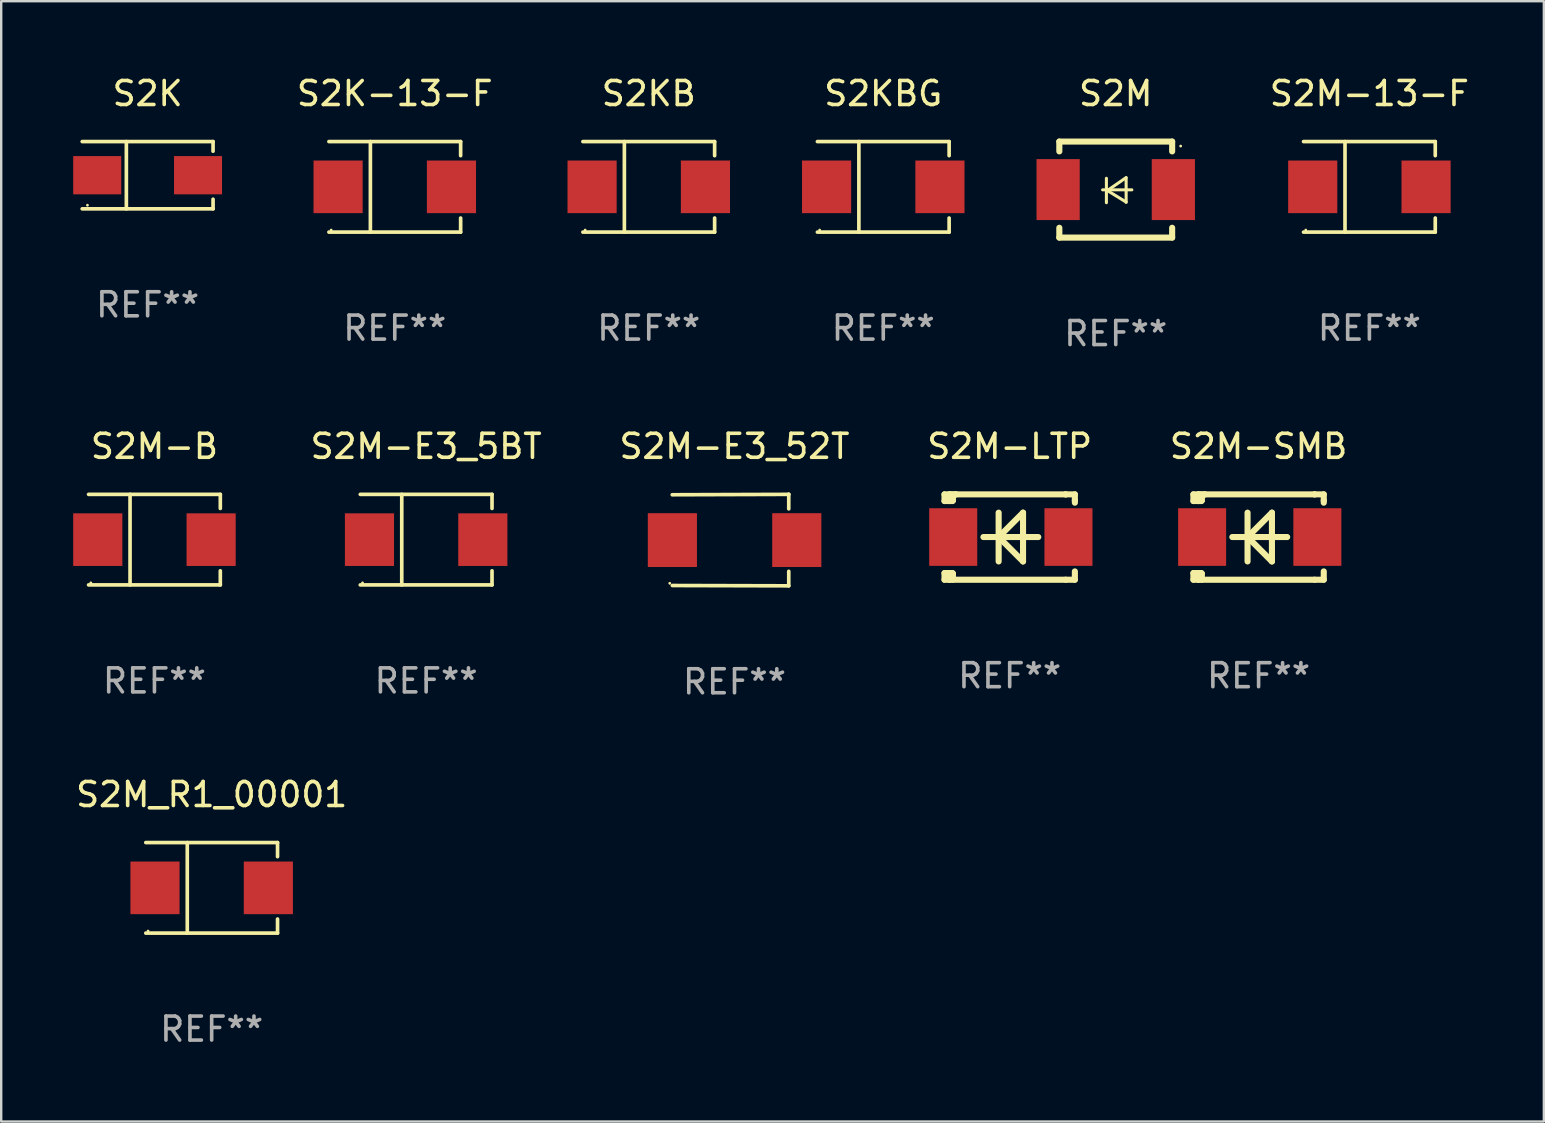
<source format=kicad_pcb>
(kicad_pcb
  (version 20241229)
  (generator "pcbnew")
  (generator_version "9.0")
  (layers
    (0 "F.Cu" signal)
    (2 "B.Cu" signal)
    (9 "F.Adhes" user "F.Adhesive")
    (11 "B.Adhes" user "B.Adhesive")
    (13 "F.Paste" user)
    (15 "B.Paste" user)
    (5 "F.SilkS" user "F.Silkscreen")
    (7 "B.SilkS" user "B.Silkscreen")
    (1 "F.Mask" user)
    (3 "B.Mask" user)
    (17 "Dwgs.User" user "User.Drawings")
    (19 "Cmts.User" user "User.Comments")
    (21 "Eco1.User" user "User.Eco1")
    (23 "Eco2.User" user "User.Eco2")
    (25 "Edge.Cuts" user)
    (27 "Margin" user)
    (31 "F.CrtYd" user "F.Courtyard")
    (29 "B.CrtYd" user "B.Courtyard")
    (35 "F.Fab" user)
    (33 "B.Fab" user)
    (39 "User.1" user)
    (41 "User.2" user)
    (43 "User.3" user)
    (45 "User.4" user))
  (footprint "S2KBG"
    (layer "F.Cu")
    (at 33.746 4.734)
    (property "Reference" "S2KBG" (at 0 -3.886 0) (layer "F.SilkS") (effects (font (size 1 1) (thickness 0.15))))
    (attr through_hole)
    (fp_line (start -2.744 -1.886) (end 2.744 -1.886) (stroke (width 0.152) (type solid)) (layer "F.SilkS"))
    (fp_line (start -2.744 1.886) (end 2.744 1.886) (stroke (width 0.152) (type solid)) (layer "F.SilkS"))
    (fp_line (start -1.016 -1.886) (end -1.016 1.886) (stroke (width 0.152) (type solid)) (layer "F.SilkS"))
    (fp_line (start 2.744 -1.886) (end 2.744 -1.299) (stroke (width 0.152) (type solid)) (layer "F.SilkS"))
    (fp_line (start 2.744 1.886) (end 2.744 1.299) (stroke (width 0.152) (type solid)) (layer "F.SilkS"))
    (fp_circle (center -2.65 1.8) (end -2.62 1.8) (stroke (width 0.06) (type solid)) (fill no) (layer "F.SilkS"))
    (fp_text user "REF**" (at 0 5.886 0) (layer "F.Fab") (effects (font (size 1 1) (thickness 0.15))))
    (pad "1" smd rect (at -2.361 0) (size 2.047 2.192) (layers "F.Cu" "F.Mask" "F.Paste"))
    (pad "2" smd rect (at 2.361 0) (size 2.047 2.192) (layers "F.Cu" "F.Mask" "F.Paste")))
  (footprint "S2K-13-F"
    (layer "F.Cu")
    (at 13.396 4.734)
    (property "Reference" "S2K-13-F" (at 0 -3.886 0) (layer "F.SilkS") (effects (font (size 1 1) (thickness 0.15))))
    (attr through_hole)
    (fp_line (start -2.744 -1.886) (end 2.744 -1.886) (stroke (width 0.152) (type solid)) (layer "F.SilkS"))
    (fp_line (start -2.744 1.886) (end 2.744 1.886) (stroke (width 0.152) (type solid)) (layer "F.SilkS"))
    (fp_line (start -1.016 -1.886) (end -1.016 1.886) (stroke (width 0.152) (type solid)) (layer "F.SilkS"))
    (fp_line (start 2.744 -1.886) (end 2.744 -1.299) (stroke (width 0.152) (type solid)) (layer "F.SilkS"))
    (fp_line (start 2.744 1.886) (end 2.744 1.299) (stroke (width 0.152) (type solid)) (layer "F.SilkS"))
    (fp_circle (center -2.65 1.8) (end -2.62 1.8) (stroke (width 0.06) (type solid)) (fill no) (layer "F.SilkS"))
    (fp_text user "REF**" (at 0 5.886 0) (layer "F.Fab") (effects (font (size 1 1) (thickness 0.15))))
    (pad "1" smd rect (at -2.361 0) (size 2.047 2.192) (layers "F.Cu" "F.Mask" "F.Paste"))
    (pad "2" smd rect (at 2.361 0) (size 2.047 2.192) (layers "F.Cu" "F.Mask" "F.Paste")))
  (footprint "S2M-E3_52T"
    (layer "F.Cu")
    (at 27.549 19.45)
    (property "Reference" "S2M-E3_52T" (at 0 -3.905 0) (layer "F.SilkS") (effects (font (size 1 1) (thickness 0.15))))
    (attr through_hole)
    (fp_line (start 2.256 -1.905) (end -2.594 -1.889) (stroke (width 0.152) (type solid)) (layer "F.SilkS"))
    (fp_line (start 2.256 -1.905) (end 2.26 -1.905) (stroke (width 0.152) (type solid)) (layer "F.SilkS"))
    (fp_line (start 2.26 -1.905) (end 2.26 -1.301) (stroke (width 0.152) (type solid)) (layer "F.SilkS"))
    (fp_line (start 2.26 1.301) (end 2.26 1.905) (stroke (width 0.152) (type solid)) (layer "F.SilkS"))
    (fp_line (start 2.26 1.905) (end -2.59 1.892) (stroke (width 0.152) (type solid)) (layer "F.SilkS"))
    (fp_circle (center -2.697 1.8) (end -2.667 1.8) (stroke (width 0.06) (type solid)) (fill no) (layer "F.SilkS"))
    (fp_text user "REF**" (at 0 5.905 0) (layer "F.Fab") (effects (font (size 1 1) (thickness 0.15))))
    (pad "1" smd rect (at -2.588 0) (size 2.047 2.241) (layers "F.Cu" "F.Mask" "F.Paste"))
    (pad "2" smd rect (at 2.594 0) (size 2.047 2.241) (layers "F.Cu" "F.Mask" "F.Paste")))
  (footprint "S2KB"
    (layer "F.Cu")
    (at 23.977 4.734)
    (property "Reference" "S2KB" (at 0 -3.886 0) (layer "F.SilkS") (effects (font (size 1 1) (thickness 0.15))))
    (attr through_hole)
    (fp_line (start -2.744 -1.886) (end 2.744 -1.886) (stroke (width 0.152) (type solid)) (layer "F.SilkS"))
    (fp_line (start -2.744 1.886) (end 2.744 1.886) (stroke (width 0.152) (type solid)) (layer "F.SilkS"))
    (fp_line (start -1.016 -1.886) (end -1.016 1.886) (stroke (width 0.152) (type solid)) (layer "F.SilkS"))
    (fp_line (start 2.744 -1.886) (end 2.744 -1.299) (stroke (width 0.152) (type solid)) (layer "F.SilkS"))
    (fp_line (start 2.744 1.886) (end 2.744 1.299) (stroke (width 0.152) (type solid)) (layer "F.SilkS"))
    (fp_circle (center -2.65 1.8) (end -2.62 1.8) (stroke (width 0.06) (type solid)) (fill no) (layer "F.SilkS"))
    (fp_text user "REF**" (at 0 5.886 0) (layer "F.Fab") (effects (font (size 1 1) (thickness 0.15))))
    (pad "1" smd rect (at -2.361 0) (size 2.047 2.192) (layers "F.Cu" "F.Mask" "F.Paste"))
    (pad "2" smd rect (at 2.361 0) (size 2.047 2.192) (layers "F.Cu" "F.Mask" "F.Paste")))
  (footprint "S2M-SMB"
    (layer "F.Cu")
    (at 49.382 19.323)
    (property "Reference" "S2M-SMB" (at 0 -3.778 0) (layer "F.SilkS") (effects (font (size 1 1) (thickness 0.15))))
    (attr through_hole)
    (fp_line (start -2.715 -1.778) (end -2.715 -1.501) (stroke (width 0.254) (type solid)) (layer "F.SilkS"))
    (fp_line (start -2.715 -1.501) (end -2.505 -1.501) (stroke (width 0.254) (type solid)) (layer "F.SilkS"))
    (fp_line (start -2.715 1.501) (end -2.715 1.778) (stroke (width 0.254) (type solid)) (layer "F.SilkS"))
    (fp_line (start -2.715 1.501) (end -2.505 1.501) (stroke (width 0.254) (type solid)) (layer "F.SilkS"))
    (fp_line (start -2.715 1.778) (end -2.504 1.778) (stroke (width 0.254) (type solid)) (layer "F.SilkS"))
    (fp_line (start -2.505 -1.778) (end -2.715 -1.778) (stroke (width 0.254) (type solid)) (layer "F.SilkS"))
    (fp_line (start -2.505 -1.778) (end -2.238 -1.778) (stroke (width 0.254) (type solid)) (layer "F.SilkS"))
    (fp_line (start -2.505 -1.501) (end -2.505 -1.651) (stroke (width 0.254) (type solid)) (layer "F.SilkS"))
    (fp_line (start -2.505 -1.501) (end -2.388 -1.501) (stroke (width 0.254) (type solid)) (layer "F.SilkS"))
    (fp_line (start -2.505 1.501) (end -2.505 1.778) (stroke (width 0.254) (type solid)) (layer "F.SilkS"))
    (fp_line (start -2.505 1.501) (end -2.388 1.501) (stroke (width 0.254) (type solid)) (layer "F.SilkS"))
    (fp_line (start -2.388 1.501) (end -2.365 1.524) (stroke (width 0.254) (type solid)) (layer "F.SilkS"))
    (fp_line (start -2.388 -1.501) (end -2.365 -1.524) (stroke (width 0.254) (type solid)) (layer "F.SilkS"))
    (fp_line (start -2.365 -1.651) (end -2.505 -1.778) (stroke (width 0.254) (type solid)) (layer "F.SilkS"))
    (fp_line (start -2.365 -1.524) (end -2.365 -1.651) (stroke (width 0.254) (type solid)) (layer "F.SilkS"))
    (fp_line (start -2.365 1.524) (end -2.365 1.778) (stroke (width 0.254) (type solid)) (layer "F.SilkS"))
    (fp_line (start -2.239 -1.778) (end 2.333 -1.778) (stroke (width 0.254) (type solid)) (layer "F.SilkS"))
    (fp_line (start -2.238 -1.778) (end -2.505 -1.778) (stroke (width 0.254) (type solid)) (layer "F.SilkS"))
    (fp_line (start -1.095 0) (end 1.191 0) (stroke (width 0.254) (type solid)) (layer "F.SilkS"))
    (fp_line (start -0.46 -1.016) (end -0.46 1.016) (stroke (width 0.254) (type solid)) (layer "F.SilkS"))
    (fp_line (start -0.46 -0.000127) (end 0.556 1.016) (stroke (width 0.254) (type solid)) (layer "F.SilkS"))
    (fp_line (start 0.556 -1.016) (end 0.556 1.016) (stroke (width 0.254) (type solid)) (layer "F.SilkS"))
    (fp_line (start 0.556 -1.016) (end -0.46 -0.000127) (stroke (width 0.254) (type solid)) (layer "F.SilkS"))
    (fp_line (start 2.333 -1.778) (end 2.333 -1.778) (stroke (width 0.254) (type solid)) (layer "F.SilkS"))
    (fp_line (start 2.333 -1.778) (end 2.715 -1.778) (stroke (width 0.254) (type solid)) (layer "F.SilkS"))
    (fp_line (start 2.334 1.778) (end -2.504 1.778) (stroke (width 0.254) (type solid)) (layer "F.SilkS"))
    (fp_line (start 2.715 -1.778) (end 2.715 -1.524) (stroke (width 0.254) (type solid)) (layer "F.SilkS"))
    (fp_line (start 2.715 -1.524) (end 2.715 -1.431) (stroke (width 0.254) (type solid)) (layer "F.SilkS"))
    (fp_line (start 2.715 1.431) (end 2.715 1.778) (stroke (width 0.254) (type solid)) (layer "F.SilkS"))
    (fp_line (start 2.715 1.778) (end 2.334 1.778) (stroke (width 0.254) (type solid)) (layer "F.SilkS"))
    (fp_circle (center -2.602 1.8) (end -2.572 1.8) (stroke (width 0.06) (type solid)) (fill no) (layer "F.SilkS"))
    (fp_text user "REF**" (at 0 5.778 0) (layer "F.Fab") (effects (font (size 1 1) (thickness 0.15))))
    (pad "1" smd rect (at -2.352 -0.000076) (size 2 2.4) (layers "F.Cu" "F.Mask" "F.Paste"))
    (pad "2" smd rect (at 2.448 -0.000076) (size 2 2.4) (layers "F.Cu" "F.Mask" "F.Paste")))
  (footprint "S2K"
    (layer "F.Cu")
    (at 3.1 4.249)
    (property "Reference" "S2K" (at 0 -3.401 0) (layer "F.SilkS") (effects (font (size 1 1) (thickness 0.15))))
    (attr through_hole)
    (fp_line (start -2.726 -1.401) (end 2.726 -1.401) (stroke (width 0.152) (type solid)) (layer "F.SilkS"))
    (fp_line (start -2.726 1.401) (end 2.726 1.401) (stroke (width 0.152) (type solid)) (layer "F.SilkS"))
    (fp_line (start -0.886 -1.401) (end -0.886 1.401) (stroke (width 0.152) (type solid)) (layer "F.SilkS"))
    (fp_line (start 2.726 -1.401) (end 2.726 -1) (stroke (width 0.152) (type solid)) (layer "F.SilkS"))
    (fp_line (start 2.726 1.401) (end 2.726 1) (stroke (width 0.152) (type solid)) (layer "F.SilkS"))
    (fp_circle (center -2.507 1.25) (end -2.477 1.25) (stroke (width 0.06) (type solid)) (fill no) (layer "F.SilkS"))
    (fp_text user "REF**" (at 0 5.401 0) (layer "F.Fab") (effects (font (size 1 1) (thickness 0.15))))
    (pad "1" smd rect (at -2.1 0 180) (size 2 1.593) (layers "F.Cu" "F.Mask" "F.Paste"))
    (pad "2" smd rect (at 2.1 0 180) (size 2 1.593) (layers "F.Cu" "F.Mask" "F.Paste")))
  (footprint "S2M-E3_5BT"
    (layer "F.Cu")
    (at 14.703 19.431)
    (property "Reference" "S2M-E3_5BT" (at 0 -3.886 0) (layer "F.SilkS") (effects (font (size 1 1) (thickness 0.15))))
    (attr through_hole)
    (fp_line (start -2.744 -1.886) (end 2.744 -1.886) (stroke (width 0.152) (type solid)) (layer "F.SilkS"))
    (fp_line (start -2.744 1.886) (end 2.744 1.886) (stroke (width 0.152) (type solid)) (layer "F.SilkS"))
    (fp_line (start -1.016 -1.886) (end -1.016 1.886) (stroke (width 0.152) (type solid)) (layer "F.SilkS"))
    (fp_line (start 2.744 -1.886) (end 2.744 -1.299) (stroke (width 0.152) (type solid)) (layer "F.SilkS"))
    (fp_line (start 2.744 1.886) (end 2.744 1.299) (stroke (width 0.152) (type solid)) (layer "F.SilkS"))
    (fp_circle (center -2.65 1.8) (end -2.62 1.8) (stroke (width 0.06) (type solid)) (fill no) (layer "F.SilkS"))
    (fp_text user "REF**" (at 0 5.886 0) (layer "F.Fab") (effects (font (size 1 1) (thickness 0.15))))
    (pad "1" smd rect (at -2.361 0) (size 2.047 2.192) (layers "F.Cu" "F.Mask" "F.Paste"))
    (pad "2" smd rect (at 2.361 0) (size 2.047 2.192) (layers "F.Cu" "F.Mask" "F.Paste")))
  (footprint "S2M"
    (layer "F.Cu")
    (at 43.431 4.848)
    (property "Reference" "S2M" (at 0 -4 0) (layer "F.SilkS") (effects (font (size 1 1) (thickness 0.15))))
    (attr through_hole)
    (fp_line (start -2.35 -2) (end -2.35 -1.591) (stroke (width 0.254) (type solid)) (layer "F.SilkS"))
    (fp_line (start -2.35 -2) (end 2.35 -2) (stroke (width 0.254) (type solid)) (layer "F.SilkS"))
    (fp_line (start -2.35 1.591) (end -2.35 2) (stroke (width 0.254) (type solid)) (layer "F.SilkS"))
    (fp_line (start -2.35 2) (end 2.35 2) (stroke (width 0.254) (type solid)) (layer "F.SilkS"))
    (fp_line (start -0.548 0.01) (end 0.671 0.01) (stroke (width 0.127) (type solid)) (layer "F.SilkS"))
    (fp_line (start -0.389 -0.47) (end -0.389 0.546) (stroke (width 0.127) (type solid)) (layer "F.SilkS"))
    (fp_line (start -0.35 0.04) (end 0.433 0.52) (stroke (width 0.127) (type solid)) (layer "F.SilkS"))
    (fp_line (start 0.433 -0.5) (end -0.35 0.04) (stroke (width 0.127) (type solid)) (layer "F.SilkS"))
    (fp_line (start 0.433 0.53) (end 0.433 -0.486) (stroke (width 0.127) (type solid)) (layer "F.SilkS"))
    (fp_line (start 2.35 -2) (end 2.35 -1.591) (stroke (width 0.254) (type solid)) (layer "F.SilkS"))
    (fp_line (start 2.35 1.591) (end 2.35 2) (stroke (width 0.254) (type solid)) (layer "F.SilkS"))
    (fp_circle (center 2.704 -1.813) (end 2.734 -1.813) (stroke (width 0.06) (type solid)) (fill no) (layer "F.SilkS"))
    (fp_text user "REF**" (at 0 6 0) (layer "F.Fab") (effects (font (size 1 1) (thickness 0.15))))
    (pad "1" smd rect (at 2.4 0) (size 1.8 2.54) (layers "F.Cu" "F.Mask" "F.Paste"))
    (pad "2" smd rect (at -2.4 0) (size 1.8 2.54) (layers "F.Cu" "F.Mask" "F.Paste")))
  (footprint "S2M-B"
    (layer "F.Cu")
    (at 3.384 19.431)
    (property "Reference" "S2M-B" (at 0 -3.886 0) (layer "F.SilkS") (effects (font (size 1 1) (thickness 0.15))))
    (attr through_hole)
    (fp_line (start -2.744 -1.886) (end 2.744 -1.886) (stroke (width 0.152) (type solid)) (layer "F.SilkS"))
    (fp_line (start -2.744 1.886) (end 2.744 1.886) (stroke (width 0.152) (type solid)) (layer "F.SilkS"))
    (fp_line (start -1.016 -1.886) (end -1.016 1.886) (stroke (width 0.152) (type solid)) (layer "F.SilkS"))
    (fp_line (start 2.744 -1.886) (end 2.744 -1.299) (stroke (width 0.152) (type solid)) (layer "F.SilkS"))
    (fp_line (start 2.744 1.886) (end 2.744 1.299) (stroke (width 0.152) (type solid)) (layer "F.SilkS"))
    (fp_circle (center -2.65 1.8) (end -2.62 1.8) (stroke (width 0.06) (type solid)) (fill no) (layer "F.SilkS"))
    (fp_text user "REF**" (at 0 5.886 0) (layer "F.Fab") (effects (font (size 1 1) (thickness 0.15))))
    (pad "1" smd rect (at -2.361 0) (size 2.047 2.192) (layers "F.Cu" "F.Mask" "F.Paste"))
    (pad "2" smd rect (at 2.361 0) (size 2.047 2.192) (layers "F.Cu" "F.Mask" "F.Paste")))
  (footprint "S2M-LTP"
    (layer "F.Cu")
    (at 39.013 19.323)
    (property "Reference" "S2M-LTP" (at 0 -3.778 0) (layer "F.SilkS") (effects (font (size 1 1) (thickness 0.15))))
    (attr through_hole)
    (fp_line (start -2.715 -1.778) (end -2.715 -1.501) (stroke (width 0.254) (type solid)) (layer "F.SilkS"))
    (fp_line (start -2.715 -1.501) (end -2.505 -1.501) (stroke (width 0.254) (type solid)) (layer "F.SilkS"))
    (fp_line (start -2.715 1.501) (end -2.715 1.778) (stroke (width 0.254) (type solid)) (layer "F.SilkS"))
    (fp_line (start -2.715 1.501) (end -2.505 1.501) (stroke (width 0.254) (type solid)) (layer "F.SilkS"))
    (fp_line (start -2.715 1.778) (end -2.504 1.778) (stroke (width 0.254) (type solid)) (layer "F.SilkS"))
    (fp_line (start -2.505 -1.778) (end -2.715 -1.778) (stroke (width 0.254) (type solid)) (layer "F.SilkS"))
    (fp_line (start -2.505 -1.778) (end -2.238 -1.778) (stroke (width 0.254) (type solid)) (layer "F.SilkS"))
    (fp_line (start -2.505 -1.501) (end -2.505 -1.651) (stroke (width 0.254) (type solid)) (layer "F.SilkS"))
    (fp_line (start -2.505 -1.501) (end -2.388 -1.501) (stroke (width 0.254) (type solid)) (layer "F.SilkS"))
    (fp_line (start -2.505 1.501) (end -2.505 1.778) (stroke (width 0.254) (type solid)) (layer "F.SilkS"))
    (fp_line (start -2.505 1.501) (end -2.388 1.501) (stroke (width 0.254) (type solid)) (layer "F.SilkS"))
    (fp_line (start -2.388 1.501) (end -2.365 1.524) (stroke (width 0.254) (type solid)) (layer "F.SilkS"))
    (fp_line (start -2.388 -1.501) (end -2.365 -1.524) (stroke (width 0.254) (type solid)) (layer "F.SilkS"))
    (fp_line (start -2.365 -1.651) (end -2.505 -1.778) (stroke (width 0.254) (type solid)) (layer "F.SilkS"))
    (fp_line (start -2.365 -1.524) (end -2.365 -1.651) (stroke (width 0.254) (type solid)) (layer "F.SilkS"))
    (fp_line (start -2.365 1.524) (end -2.365 1.778) (stroke (width 0.254) (type solid)) (layer "F.SilkS"))
    (fp_line (start -2.239 -1.778) (end 2.333 -1.778) (stroke (width 0.254) (type solid)) (layer "F.SilkS"))
    (fp_line (start -2.238 -1.778) (end -2.505 -1.778) (stroke (width 0.254) (type solid)) (layer "F.SilkS"))
    (fp_line (start -1.095 0) (end 1.191 0) (stroke (width 0.254) (type solid)) (layer "F.SilkS"))
    (fp_line (start -0.46 -1.016) (end -0.46 1.016) (stroke (width 0.254) (type solid)) (layer "F.SilkS"))
    (fp_line (start -0.46 -0.000127) (end 0.556 1.016) (stroke (width 0.254) (type solid)) (layer "F.SilkS"))
    (fp_line (start 0.556 -1.016) (end 0.556 1.016) (stroke (width 0.254) (type solid)) (layer "F.SilkS"))
    (fp_line (start 0.556 -1.016) (end -0.46 -0.000127) (stroke (width 0.254) (type solid)) (layer "F.SilkS"))
    (fp_line (start 2.333 -1.778) (end 2.333 -1.778) (stroke (width 0.254) (type solid)) (layer "F.SilkS"))
    (fp_line (start 2.333 -1.778) (end 2.715 -1.778) (stroke (width 0.254) (type solid)) (layer "F.SilkS"))
    (fp_line (start 2.334 1.778) (end -2.504 1.778) (stroke (width 0.254) (type solid)) (layer "F.SilkS"))
    (fp_line (start 2.715 -1.778) (end 2.715 -1.524) (stroke (width 0.254) (type solid)) (layer "F.SilkS"))
    (fp_line (start 2.715 -1.524) (end 2.715 -1.431) (stroke (width 0.254) (type solid)) (layer "F.SilkS"))
    (fp_line (start 2.715 1.431) (end 2.715 1.778) (stroke (width 0.254) (type solid)) (layer "F.SilkS"))
    (fp_line (start 2.715 1.778) (end 2.334 1.778) (stroke (width 0.254) (type solid)) (layer "F.SilkS"))
    (fp_circle (center -2.602 1.8) (end -2.572 1.8) (stroke (width 0.06) (type solid)) (fill no) (layer "F.SilkS"))
    (fp_text user "REF**" (at 0 5.778 0) (layer "F.Fab") (effects (font (size 1 1) (thickness 0.15))))
    (pad "1" smd rect (at -2.352 -0.000076) (size 2 2.4) (layers "F.Cu" "F.Mask" "F.Paste"))
    (pad "2" smd rect (at 2.448 -0.000076) (size 2 2.4) (layers "F.Cu" "F.Mask" "F.Paste")))
  (footprint "S2M_R1_00001"
    (layer "F.Cu")
    (at 5.768 33.937)
    (property "Reference" "S2M_R1_00001" (at 0 -3.886 0) (layer "F.SilkS") (effects (font (size 1 1) (thickness 0.15))))
    (attr through_hole)
    (fp_line (start -2.744 -1.886) (end 2.744 -1.886) (stroke (width 0.152) (type solid)) (layer "F.SilkS"))
    (fp_line (start -2.744 1.886) (end 2.744 1.886) (stroke (width 0.152) (type solid)) (layer "F.SilkS"))
    (fp_line (start -1.016 -1.886) (end -1.016 1.886) (stroke (width 0.152) (type solid)) (layer "F.SilkS"))
    (fp_line (start 2.744 -1.886) (end 2.744 -1.299) (stroke (width 0.152) (type solid)) (layer "F.SilkS"))
    (fp_line (start 2.744 1.886) (end 2.744 1.299) (stroke (width 0.152) (type solid)) (layer "F.SilkS"))
    (fp_circle (center -2.65 1.8) (end -2.62 1.8) (stroke (width 0.06) (type solid)) (fill no) (layer "F.SilkS"))
    (fp_text user "REF**" (at 0 5.886 0) (layer "F.Fab") (effects (font (size 1 1) (thickness 0.15))))
    (pad "1" smd rect (at -2.361 0) (size 2.047 2.192) (layers "F.Cu" "F.Mask" "F.Paste"))
    (pad "2" smd rect (at 2.361 0) (size 2.047 2.192) (layers "F.Cu" "F.Mask" "F.Paste")))
  (footprint "S2M-13-F"
    (layer "F.Cu")
    (at 53.998 4.734)
    (property "Reference" "S2M-13-F" (at 0 -3.886 0) (layer "F.SilkS") (effects (font (size 1 1) (thickness 0.15))))
    (attr through_hole)
    (fp_line (start -2.744 -1.886) (end 2.744 -1.886) (stroke (width 0.152) (type solid)) (layer "F.SilkS"))
    (fp_line (start -2.744 1.886) (end 2.744 1.886) (stroke (width 0.152) (type solid)) (layer "F.SilkS"))
    (fp_line (start -1.016 -1.886) (end -1.016 1.886) (stroke (width 0.152) (type solid)) (layer "F.SilkS"))
    (fp_line (start 2.744 -1.886) (end 2.744 -1.299) (stroke (width 0.152) (type solid)) (layer "F.SilkS"))
    (fp_line (start 2.744 1.886) (end 2.744 1.299) (stroke (width 0.152) (type solid)) (layer "F.SilkS"))
    (fp_circle (center -2.65 1.8) (end -2.62 1.8) (stroke (width 0.06) (type solid)) (fill no) (layer "F.SilkS"))
    (fp_text user "REF**" (at 0 5.886 0) (layer "F.Fab") (effects (font (size 1 1) (thickness 0.15))))
    (pad "1" smd rect (at -2.361 0) (size 2.047 2.192) (layers "F.Cu" "F.Mask" "F.Paste"))
    (pad "2" smd rect (at 2.361 0) (size 2.047 2.192) (layers "F.Cu" "F.Mask" "F.Paste")))
  (gr_rect
    (start -3 -3)
    (end 61.266 43.672)
    (stroke (width 0.1) (type default))
    (fill no)
    (layer "Edge.Cuts")))
</source>
